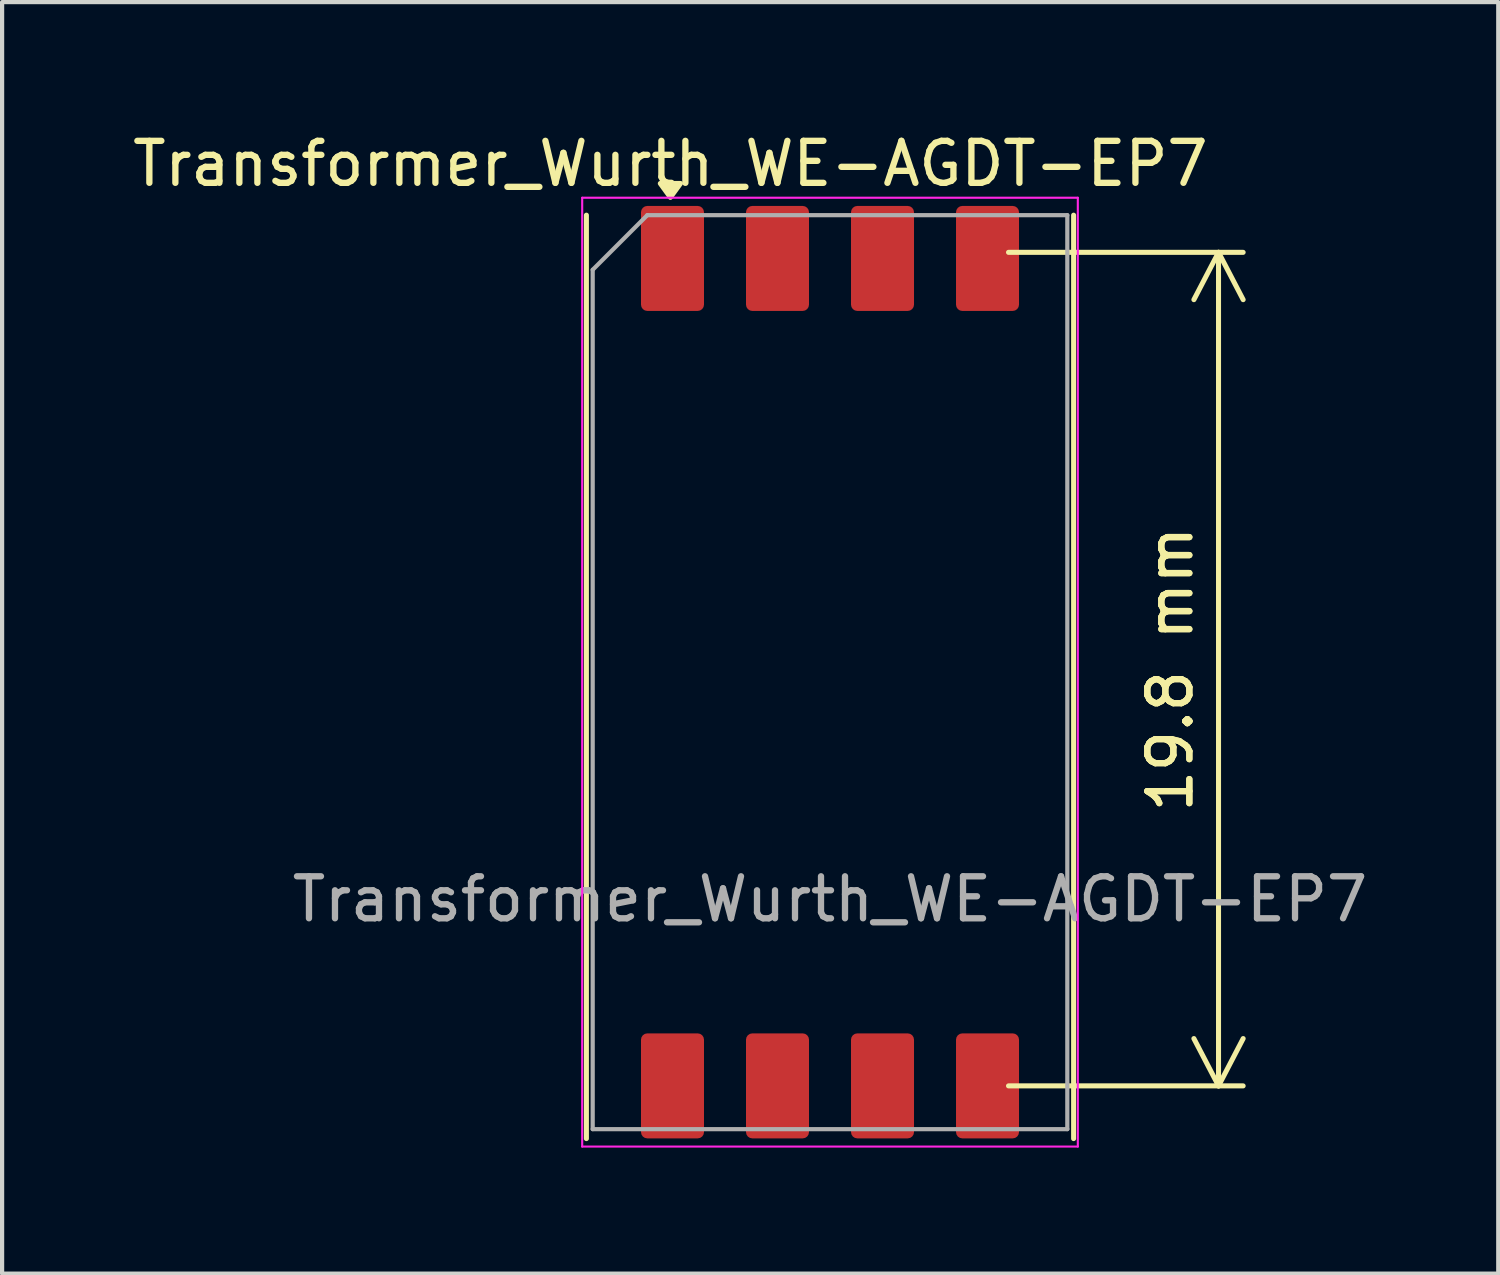
<source format=kicad_pcb>
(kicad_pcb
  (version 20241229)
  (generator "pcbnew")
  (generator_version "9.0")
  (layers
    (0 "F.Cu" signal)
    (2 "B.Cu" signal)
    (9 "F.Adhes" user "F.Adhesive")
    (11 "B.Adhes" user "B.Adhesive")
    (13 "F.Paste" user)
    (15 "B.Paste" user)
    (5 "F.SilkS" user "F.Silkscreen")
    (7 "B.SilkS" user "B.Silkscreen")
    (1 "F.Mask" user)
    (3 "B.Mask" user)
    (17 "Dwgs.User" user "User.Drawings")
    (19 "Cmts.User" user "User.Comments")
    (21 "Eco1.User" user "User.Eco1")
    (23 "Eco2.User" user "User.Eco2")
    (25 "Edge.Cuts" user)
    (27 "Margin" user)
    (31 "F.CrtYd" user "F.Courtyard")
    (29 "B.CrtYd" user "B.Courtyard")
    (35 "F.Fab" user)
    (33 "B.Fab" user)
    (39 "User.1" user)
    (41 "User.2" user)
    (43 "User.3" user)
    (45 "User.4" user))
  (footprint "Transformer_Wurth_WE-AGDT-EP7"
    (layer "F.Cu")
    (at 16.711 18.358)
    (property "Reference" "Transformer_Wurth_WE-AGDT-EP7" (at -3.8 -17.51 0) (unlocked yes) (layer "F.SilkS") (effects (font (size 1 1) (thickness 0.15))))
    (attr smd)
    (fp_line (start -5.8 -16.285) (end -5.8 5.7) (stroke (width 0.12) (type default)) (layer "F.SilkS"))
    (fp_line (start 5.8 5.7) (end 5.8 -16.285) (stroke (width 0.12) (type default)) (layer "F.SilkS"))
    (fp_poly (pts (xy -3.8 -16.71) (xy -4.04 -17.04) (xy -3.56 -17.04) (xy -3.8 -16.71)) (stroke (width 0.12) (type solid)) (fill yes) (layer "F.SilkS"))
    (fp_line (start -5.9 5.89) (end -5.9 -16.7) (stroke (width 0.05) (type default)) (layer "F.CrtYd"))
    (fp_line (start 5.9 -16.7) (end -5.9 -16.7) (stroke (width 0.05) (type default)) (layer "F.CrtYd"))
    (fp_line (start 5.9 5.89) (end -5.9 5.89) (stroke (width 0.05) (type default)) (layer "F.CrtYd"))
    (fp_line (start 5.9 5.89) (end 5.9 -16.7) (stroke (width 0.05) (type default)) (layer "F.CrtYd"))
    (fp_line (start -5.65 5.475) (end -5.65 -14.985) (stroke (width 0.1) (type default)) (layer "F.Fab"))
    (fp_line (start -5.65 5.475) (end 5.65 5.475) (stroke (width 0.1) (type default)) (layer "F.Fab"))
    (fp_line (start -4.35 -16.285) (end -5.65 -14.985) (stroke (width 0.1) (type default)) (layer "F.Fab"))
    (fp_line (start -4.35 -16.285) (end 5.65 -16.285) (stroke (width 0.1) (type default)) (layer "F.Fab"))
    (fp_line (start 5.65 -16.285) (end 5.65 5.475) (stroke (width 0.1) (type default)) (layer "F.Fab"))
    (fp_text user "${REFERENCE}" (at 0 0 0) (unlocked yes) (layer "F.Fab") (effects (font (size 1 1) (thickness 0.15))))
    (dimension (type aligned) (layer "F.SilkS") (pts (xy 20.461 22.803) (xy 20.461 2.958)) (height 5.5) (format (prefix "") (suffix "") (units 3) (units_format 1) (precision 4) (override_value "19.8")) (style (thickness 0.12) (arrow_length 1.27) (text_position_mode 0) (arrow_direction outward) (extension_height 0.586) (extension_offset 0.5) (keep_text_aligned yes)) (gr_text "19.8 mm" (at 24.811 12.881 90) (layer "F.SilkS") (effects (font (size 1 1) (thickness 0.15)))))
    (pad "1" smd roundrect (at -3.75 -15.255) (size 1.5 2.5) (layers "F.Cu" "F.Mask" "F.Paste") (roundrect_rratio 0.1))
    (pad "2" smd roundrect (at -1.25 -15.255) (size 1.5 2.5) (layers "F.Cu" "F.Mask" "F.Paste") (roundrect_rratio 0.1))
    (pad "3" smd roundrect (at 1.25 -15.255) (size 1.5 2.5) (layers "F.Cu" "F.Mask" "F.Paste") (roundrect_rratio 0.1))
    (pad "4" smd roundrect (at 3.75 -15.255) (size 1.5 2.5) (layers "F.Cu" "F.Mask" "F.Paste") (roundrect_rratio 0.1))
    (pad "5" smd roundrect (at 3.75 4.445) (size 1.5 2.5) (layers "F.Cu" "F.Mask" "F.Paste") (roundrect_rratio 0.1))
    (pad "6" smd roundrect (at 1.25 4.445) (size 1.5 2.5) (layers "F.Cu" "F.Mask" "F.Paste") (roundrect_rratio 0.1))
    (pad "7" smd roundrect (at -1.25 4.445) (size 1.5 2.5) (layers "F.Cu" "F.Mask" "F.Paste") (roundrect_rratio 0.1))
    (pad "8" smd roundrect (at -3.75 4.445) (size 1.5 2.5) (layers "F.Cu" "F.Mask" "F.Paste") (roundrect_rratio 0.1)))
  (gr_rect
    (start -3 -3)
    (end 32.621 27.273)
    (stroke (width 0.1) (type default))
    (fill no)
    (layer "Edge.Cuts")))
</source>
